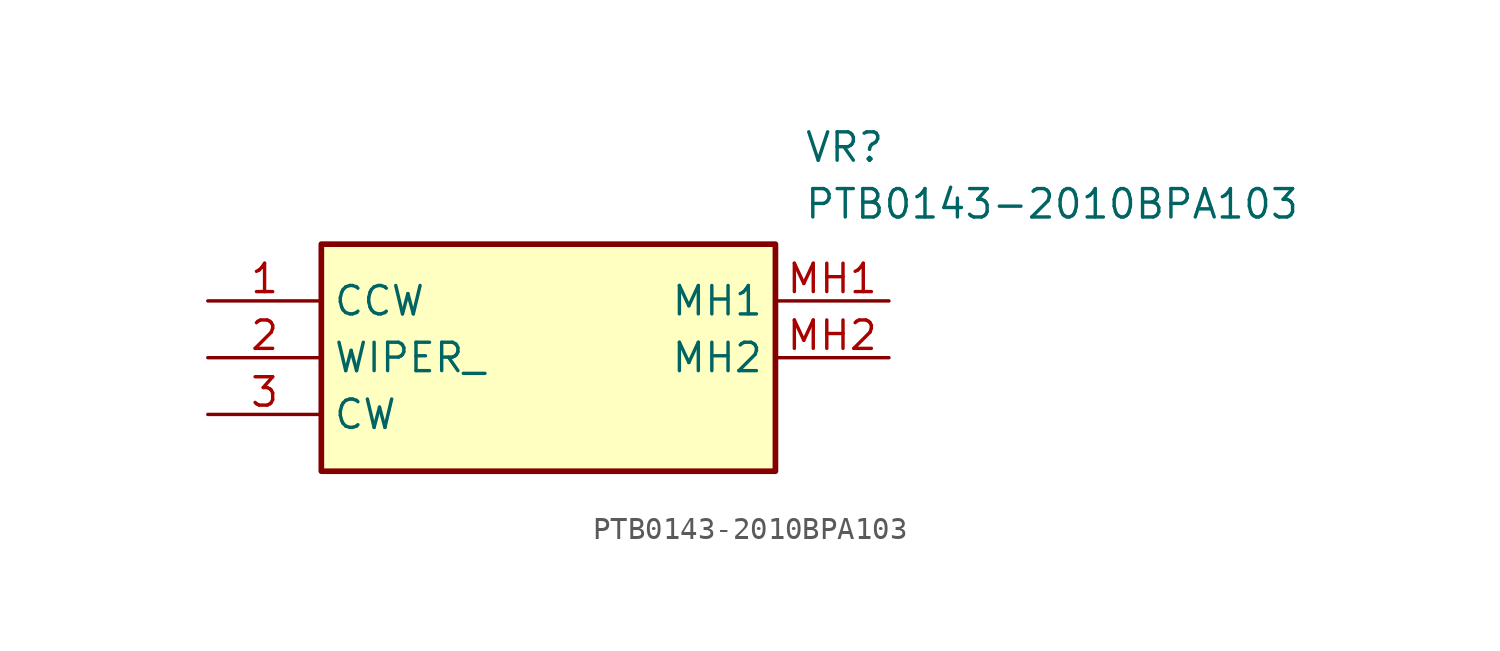
<source format=kicad_sym>
(kicad_symbol_lib
  (version 20241209)
  (generator "kicad_symbol_editor")
  (generator_version "9.0")
  (symbol "PTB0143-2010BPA103"
    (property "Reference" "VR"
      (at 26.67 7.62 0)
      (effects (font (size 1.27 1.27)) (justify left top)))
    (property "Value" "PTB0143-2010BPA103"
      (at 26.67 5.08 0)
      (effects (font (size 1.27 1.27)) (justify left top)))
    (symbol "PTB0143-2010BPA103_1_1"
      (rectangle (start 5.08 2.54) (end 25.4 -7.62) (stroke (width 0.254) (type default)) (fill (type background)))
      (pin passive line (at 0 0 0) (length 5.08) (name "CCW" (effects (font (size 1.27 1.27)))) (number "1" (effects (font (size 1.27 1.27)))))
      (pin passive line (at 0 -2.54 0) (length 5.08) (name "WIPER_" (effects (font (size 1.27 1.27)))) (number "2" (effects (font (size 1.27 1.27)))))
      (pin passive line (at 0 -5.08 0) (length 5.08) (name "CW" (effects (font (size 1.27 1.27)))) (number "3" (effects (font (size 1.27 1.27)))))
      (pin passive line (at 30.48 0 180) (length 5.08) (name "MH1" (effects (font (size 1.27 1.27)))) (number "MH1" (effects (font (size 1.27 1.27)))))
      (pin passive line (at 30.48 -2.54 180) (length 5.08) (name "MH2" (effects (font (size 1.27 1.27)))) (number "MH2" (effects (font (size 1.27 1.27))))))))
</source>
